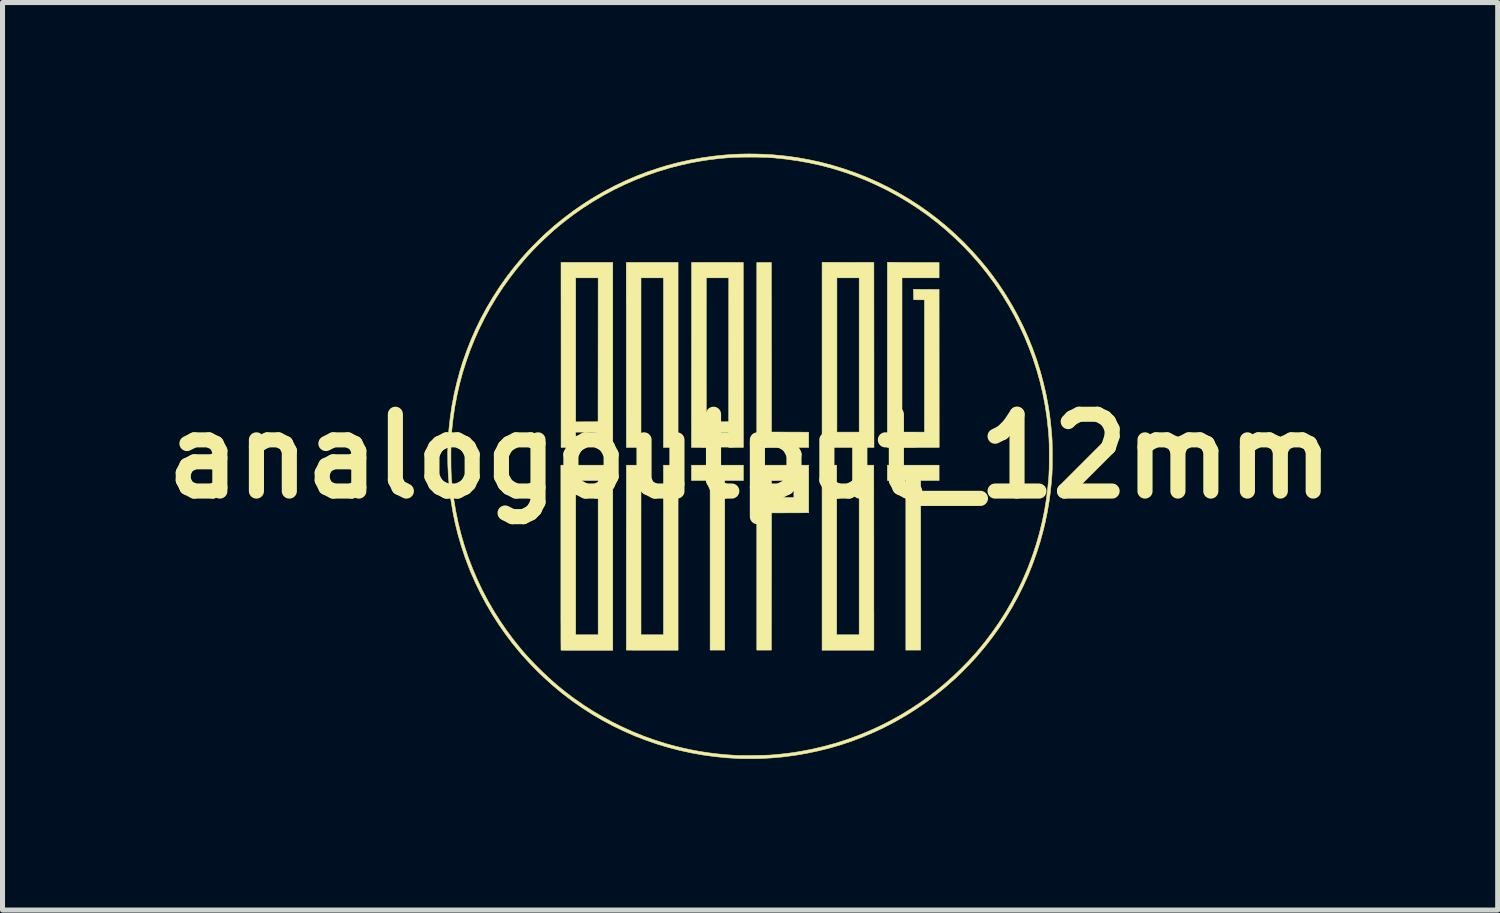
<source format=kicad_pcb>
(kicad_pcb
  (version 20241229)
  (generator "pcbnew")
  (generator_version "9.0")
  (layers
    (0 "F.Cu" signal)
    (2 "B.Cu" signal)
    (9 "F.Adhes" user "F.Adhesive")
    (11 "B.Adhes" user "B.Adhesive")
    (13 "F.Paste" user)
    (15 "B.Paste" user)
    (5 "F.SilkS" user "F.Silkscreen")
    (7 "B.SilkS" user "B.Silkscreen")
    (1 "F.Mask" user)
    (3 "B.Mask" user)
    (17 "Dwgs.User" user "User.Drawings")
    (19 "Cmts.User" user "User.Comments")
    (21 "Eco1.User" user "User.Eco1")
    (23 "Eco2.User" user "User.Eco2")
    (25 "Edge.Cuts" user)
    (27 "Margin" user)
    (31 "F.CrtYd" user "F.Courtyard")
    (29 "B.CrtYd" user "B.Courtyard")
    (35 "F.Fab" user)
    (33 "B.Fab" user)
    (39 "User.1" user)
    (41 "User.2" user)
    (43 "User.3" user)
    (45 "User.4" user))
  (footprint "analogoutput_12mm"
    (layer "F.Cu")
    (at 11.836 6.006)
    (property "Reference" "analogoutput_12mm" (at 0 0 0) (layer "F.SilkS") (effects (font (size 1.524 1.524) (thickness 0.3))))
    (attr through_hole)
    (fp_poly (pts (xy 0.424 -2.164) (xy 0.425 -0.482) (xy 1.163 -0.479) (xy 1.163 -0.176) (xy 0.133 -0.176) (xy 0.133 -3.846) (xy 0.423 -3.846) (xy 0.424 -2.164)) (stroke (width 0.01) (type solid)) (fill yes) (layer "F.SilkS"))
    (fp_poly (pts (xy -0.133 0.48) (xy -0.503 0.48) (xy -0.503 3.846) (xy -0.793 3.846) (xy -0.793 0.48) (xy -1.163 0.48) (xy -1.163 0.176) (xy -0.133 0.176) (xy -0.133 0.48)) (stroke (width 0.01) (type solid)) (fill yes) (layer "F.SilkS"))
    (fp_poly (pts (xy 3.751 0.48) (xy 3.385 0.48) (xy 3.385 3.846) (xy 3.091 3.846) (xy 3.091 0.48) (xy 2.725 0.48) (xy 2.725 0.176) (xy 3.751 0.176) (xy 3.751 0.48)) (stroke (width 0.01) (type solid)) (fill yes) (layer "F.SilkS"))
    (fp_poly (pts (xy 1.943 -3.849) (xy 2.457 -3.848) (xy 2.459 -0.176) (xy 1.429 -0.176) (xy 1.429 -3.542) (xy 1.723 -3.542) (xy 1.723 -0.48) (xy 2.165 -0.48) (xy 2.165 -3.542) (xy 1.723 -3.542) (xy 1.429 -3.542) (xy 1.429 -3.85) (xy 1.943 -3.849)) (stroke (width 0.01) (type solid)) (fill yes) (layer "F.SilkS"))
    (fp_poly (pts (xy -0.133 -0.176) (xy -0.423 -0.176) (xy -0.423 -0.48) (xy -0.869 -0.48) (xy -0.869 -0.176) (xy -1.163 -0.176) (xy -1.162 -2.012) (xy -1.161 -3.542) (xy -0.869 -3.542) (xy -0.869 -0.684) (xy -0.425 -0.686) (xy -0.423 -3.542) (xy -0.869 -3.542) (xy -1.161 -3.542) (xy -1.161 -3.848) (xy -0.135 -3.848) (xy -0.133 -0.176)) (stroke (width 0.01) (type solid)) (fill yes) (layer "F.SilkS"))
    (fp_poly (pts (xy 2.942 -3.849) (xy 2.99 -3.848) (xy 3.044 -3.848) (xy 3.105 -3.847) (xy 3.17 -3.847) (xy 3.237 -3.846) (xy 3.304 -3.846) (xy 3.37 -3.846) (xy 3.432 -3.846) (xy 3.455 -3.846) (xy 3.751 -3.846) (xy 3.751 -3.542) (xy 3.015 -3.542) (xy 3.015 -0.48) (xy 3.461 -0.48) (xy 3.461 -3.105) (xy 3.353 -3.106) (xy 3.245 -3.107) (xy 3.244 -3.211) (xy 3.242 -3.314) (xy 3.497 -3.313) (xy 3.751 -3.311) (xy 3.753 -0.176) (xy 2.725 -0.176) (xy 2.725 -3.852) (xy 2.942 -3.849)) (stroke (width 0.01) (type solid)) (fill yes) (layer "F.SilkS"))
    (fp_poly (pts (xy -1.429 -0.176) (xy -1.719 -0.176) (xy -1.719 -3.542) (xy -2.165 -3.542) (xy -2.165 -0.176) (xy -2.455 -0.176) (xy -2.456 -1.859) (xy -2.456 -1.986) (xy -2.456 -2.112) (xy -2.456 -2.236) (xy -2.456 -2.357) (xy -2.456 -2.476) (xy -2.456 -2.592) (xy -2.456 -2.704) (xy -2.456 -2.812) (xy -2.456 -2.915) (xy -2.456 -3.014) (xy -2.457 -3.108) (xy -2.457 -3.197) (xy -2.457 -3.279) (xy -2.457 -3.356) (xy -2.457 -3.426) (xy -2.457 -3.489) (xy -2.457 -3.544) (xy -2.457 -3.592) (xy -2.457 -3.632) (xy -2.457 -3.663) (xy -2.457 -3.685) (xy -2.457 -3.695) (xy -2.457 -3.848) (xy -1.429 -3.848) (xy -1.429 -0.176)) (stroke (width 0.01) (type solid)) (fill yes) (layer "F.SilkS"))
    (fp_poly (pts (xy 1.163 1.12) (xy 0.425 1.123) (xy 0.424 2.484) (xy 0.423 3.846) (xy 0.133 3.846) (xy 0.133 0.717) (xy 0.423 0.717) (xy 0.423 0.749) (xy 0.424 0.775) (xy 0.424 0.795) (xy 0.424 0.807) (xy 0.425 0.811) (xy 0.427 0.812) (xy 0.434 0.813) (xy 0.446 0.814) (xy 0.463 0.815) (xy 0.486 0.816) (xy 0.516 0.816) (xy 0.554 0.816) (xy 0.6 0.817) (xy 0.648 0.817) (xy 0.869 0.817) (xy 0.869 0.479) (xy 0.647 0.481) (xy 0.425 0.482) (xy 0.424 0.643) (xy 0.423 0.682) (xy 0.423 0.717) (xy 0.133 0.717) (xy 0.133 0.176) (xy 1.163 0.176) (xy 1.163 1.12)) (stroke (width 0.01) (type solid)) (fill yes) (layer "F.SilkS"))
    (fp_poly (pts (xy 1.719 3.542) (xy 2.165 3.542) (xy 2.165 0.176) (xy 2.455 0.176) (xy 2.456 1.859) (xy 2.456 1.986) (xy 2.456 2.112) (xy 2.456 2.236) (xy 2.456 2.357) (xy 2.456 2.476) (xy 2.456 2.592) (xy 2.456 2.704) (xy 2.456 2.812) (xy 2.456 2.915) (xy 2.456 3.014) (xy 2.457 3.108) (xy 2.457 3.197) (xy 2.457 3.279) (xy 2.457 3.356) (xy 2.457 3.426) (xy 2.457 3.489) (xy 2.457 3.544) (xy 2.457 3.592) (xy 2.457 3.632) (xy 2.457 3.663) (xy 2.457 3.685) (xy 2.457 3.695) (xy 2.457 3.848) (xy 1.943 3.848) (xy 1.429 3.848) (xy 1.429 0.176) (xy 1.719 0.176) (xy 1.719 3.542)) (stroke (width 0.01) (type solid)) (fill yes) (layer "F.SilkS"))
    (fp_poly (pts (xy -2.725 -0.176) (xy -3.015 -0.176) (xy -3.015 -0.48) (xy -3.461 -0.48) (xy -3.461 -0.176) (xy -3.751 -0.176) (xy -3.751 -0.326) (xy -3.751 -0.343) (xy -3.751 -0.368) (xy -3.751 -0.402) (xy -3.751 -0.444) (xy -3.751 -0.495) (xy -3.751 -0.553) (xy -3.751 -0.618) (xy -3.751 -0.69) (xy -3.751 -0.768) (xy -3.751 -0.853) (xy -3.751 -0.943) (xy -3.751 -1.039) (xy -3.751 -1.139) (xy -3.751 -1.244) (xy -3.751 -1.354) (xy -3.751 -1.467) (xy -3.751 -1.583) (xy -3.751 -1.703) (xy -3.751 -1.825) (xy -3.751 -1.95) (xy -3.751 -2.076) (xy -3.751 -2.163) (xy -3.752 -3.542) (xy -3.461 -3.542) (xy -3.461 -0.684) (xy -3.017 -0.686) (xy -3.016 -2.114) (xy -3.015 -3.542) (xy -3.461 -3.542) (xy -3.752 -3.542) (xy -3.752 -3.848) (xy -3.238 -3.848) (xy -2.725 -3.848) (xy -2.725 -0.176)) (stroke (width 0.01) (type solid)) (fill yes) (layer "F.SilkS"))
    (fp_poly (pts (xy -2.165 3.542) (xy -1.719 3.542) (xy -1.719 0.176) (xy -1.429 0.176) (xy -1.429 3.848) (xy -1.942 3.848) (xy -2.011 3.848) (xy -2.077 3.848) (xy -2.14 3.848) (xy -2.199 3.848) (xy -2.254 3.848) (xy -2.303 3.848) (xy -2.347 3.847) (xy -2.384 3.847) (xy -2.414 3.847) (xy -2.436 3.846) (xy -2.451 3.846) (xy -2.456 3.846) (xy -2.456 3.846) (xy -2.456 3.841) (xy -2.456 3.827) (xy -2.456 3.804) (xy -2.456 3.773) (xy -2.456 3.733) (xy -2.456 3.685) (xy -2.456 3.63) (xy -2.456 3.568) (xy -2.456 3.499) (xy -2.456 3.423) (xy -2.456 3.341) (xy -2.456 3.253) (xy -2.456 3.16) (xy -2.456 3.061) (xy -2.456 2.957) (xy -2.456 2.849) (xy -2.456 2.736) (xy -2.456 2.619) (xy -2.456 2.499) (xy -2.456 2.375) (xy -2.456 2.248) (xy -2.456 2.119) (xy -2.455 2.009) (xy -2.454 0.176) (xy -2.165 0.176) (xy -2.165 3.542)) (stroke (width 0.01) (type solid)) (fill yes) (layer "F.SilkS"))
    (fp_poly (pts (xy -2.725 3.85) (xy -3.237 3.85) (xy -3.306 3.85) (xy -3.372 3.85) (xy -3.435 3.85) (xy -3.494 3.85) (xy -3.549 3.85) (xy -3.598 3.849) (xy -3.642 3.849) (xy -3.679 3.849) (xy -3.709 3.848) (xy -3.732 3.848) (xy -3.747 3.848) (xy -3.752 3.847) (xy -3.752 3.847) (xy -3.752 3.842) (xy -3.753 3.828) (xy -3.753 3.805) (xy -3.753 3.774) (xy -3.753 3.734) (xy -3.754 3.687) (xy -3.754 3.631) (xy -3.754 3.569) (xy -3.754 3.5) (xy -3.754 3.424) (xy -3.754 3.342) (xy -3.755 3.254) (xy -3.755 3.161) (xy -3.755 3.062) (xy -3.755 2.958) (xy -3.755 2.849) (xy -3.755 2.737) (xy -3.755 2.62) (xy -3.755 2.499) (xy -3.755 2.376) (xy -3.755 2.249) (xy -3.755 2.12) (xy -3.755 2.01) (xy -3.755 0.48) (xy -3.461 0.48) (xy -3.461 3.542) (xy -3.015 3.542) (xy -3.015 0.48) (xy -3.461 0.48) (xy -3.755 0.48) (xy -3.755 0.176) (xy -2.725 0.176) (xy -2.725 3.85)) (stroke (width 0.01) (type solid)) (fill yes) (layer "F.SilkS"))
    (fp_poly (pts (xy 0.131 -5.999) (xy 0.292 -5.994) (xy 0.448 -5.985) (xy 0.456 -5.984) (xy 0.694 -5.961) (xy 0.931 -5.929) (xy 1.165 -5.887) (xy 1.397 -5.837) (xy 1.626 -5.777) (xy 1.853 -5.708) (xy 2.076 -5.631) (xy 2.296 -5.545) (xy 2.513 -5.45) (xy 2.726 -5.347) (xy 2.935 -5.235) (xy 3.14 -5.114) (xy 3.341 -4.985) (xy 3.532 -4.852) (xy 3.718 -4.711) (xy 3.898 -4.563) (xy 4.073 -4.407) (xy 4.243 -4.244) (xy 4.406 -4.074) (xy 4.562 -3.899) (xy 4.711 -3.719) (xy 4.81 -3.589) (xy 4.949 -3.395) (xy 5.079 -3.197) (xy 5.201 -2.994) (xy 5.315 -2.786) (xy 5.421 -2.574) (xy 5.518 -2.359) (xy 5.607 -2.139) (xy 5.687 -1.917) (xy 5.758 -1.691) (xy 5.82 -1.462) (xy 5.874 -1.231) (xy 5.913 -1.023) (xy 5.934 -0.894) (xy 5.952 -0.766) (xy 5.967 -0.637) (xy 5.98 -0.504) (xy 5.991 -0.365) (xy 5.992 -0.344) (xy 5.994 -0.314) (xy 5.995 -0.276) (xy 5.996 -0.231) (xy 5.997 -0.18) (xy 5.998 -0.125) (xy 5.998 -0.068) (xy 5.999 -0.009) (xy 5.998 0.051) (xy 5.998 0.109) (xy 5.998 0.164) (xy 5.997 0.216) (xy 5.996 0.262) (xy 5.994 0.303) (xy 5.993 0.335) (xy 5.993 0.342) (xy 5.977 0.542) (xy 5.956 0.736) (xy 5.93 0.924) (xy 5.898 1.109) (xy 5.861 1.29) (xy 5.823 1.453) (xy 5.76 1.685) (xy 5.688 1.913) (xy 5.608 2.137) (xy 5.519 2.358) (xy 5.421 2.574) (xy 5.315 2.786) (xy 5.201 2.994) (xy 5.078 3.198) (xy 4.947 3.397) (xy 4.808 3.591) (xy 4.661 3.78) (xy 4.506 3.964) (xy 4.452 4.025) (xy 4.428 4.051) (xy 4.398 4.082) (xy 4.364 4.118) (xy 4.327 4.156) (xy 4.287 4.197) (xy 4.247 4.238) (xy 4.206 4.279) (xy 4.166 4.318) (xy 4.129 4.354) (xy 4.096 4.386) (xy 4.067 4.414) (xy 4.052 4.427) (xy 3.871 4.586) (xy 3.684 4.737) (xy 3.493 4.88) (xy 3.297 5.014) (xy 3.097 5.141) (xy 2.892 5.259) (xy 2.683 5.369) (xy 2.47 5.47) (xy 2.254 5.562) (xy 2.034 5.647) (xy 1.81 5.722) (xy 1.584 5.789) (xy 1.354 5.846) (xy 1.122 5.895) (xy 0.887 5.935) (xy 0.65 5.966) (xy 0.41 5.987) (xy 0.249 5.996) (xy 0.22 5.997) (xy 0.183 5.998) (xy 0.14 5.999) (xy 0.093 5.999) (xy 0.043 6) (xy -0.007 6) (xy -0.057 6) (xy -0.104 6) (xy -0.147 5.999) (xy -0.184 5.999) (xy -0.213 5.998) (xy -0.216 5.998) (xy -0.457 5.984) (xy -0.695 5.96) (xy -0.932 5.928) (xy -1.166 5.886) (xy -1.398 5.836) (xy -1.627 5.776) (xy -1.853 5.708) (xy -2.075 5.631) (xy -2.295 5.546) (xy -2.51 5.451) (xy -2.722 5.349) (xy -2.93 5.238) (xy -3.134 5.119) (xy -3.333 4.991) (xy -3.527 4.856) (xy -3.717 4.712) (xy -3.758 4.679) (xy -3.916 4.547) (xy -4.072 4.407) (xy -4.225 4.261) (xy -4.373 4.109) (xy -4.514 3.954) (xy -4.565 3.895) (xy -4.713 3.716) (xy -4.854 3.529) (xy -4.988 3.337) (xy -5.115 3.139) (xy -5.234 2.936) (xy -5.345 2.728) (xy -5.448 2.516) (xy -5.543 2.301) (xy -5.574 2.224) (xy -5.658 2.002) (xy -5.732 1.777) (xy -5.798 1.55) (xy -5.854 1.321) (xy -5.901 1.09) (xy -5.939 0.858) (xy -5.968 0.625) (xy -5.988 0.391) (xy -5.999 0.157) (xy -6 0) (xy -5.937 0) (xy -5.937 0.072) (xy -5.936 0.136) (xy -5.936 0.193) (xy -5.935 0.244) (xy -5.934 0.291) (xy -5.932 0.335) (xy -5.93 0.378) (xy -5.927 0.42) (xy -5.924 0.463) (xy -5.92 0.509) (xy -5.915 0.558) (xy -5.91 0.612) (xy -5.908 0.627) (xy -5.879 0.861) (xy -5.84 1.094) (xy -5.792 1.324) (xy -5.735 1.552) (xy -5.669 1.777) (xy -5.595 2) (xy -5.511 2.219) (xy -5.419 2.435) (xy -5.319 2.647) (xy -5.21 2.855) (xy -5.093 3.059) (xy -4.968 3.258) (xy -4.835 3.453) (xy -4.694 3.642) (xy -4.549 3.822) (xy -4.505 3.874) (xy -4.462 3.923) (xy -4.42 3.97) (xy -4.376 4.018) (xy -4.33 4.066) (xy -4.281 4.118) (xy -4.225 4.174) (xy -4.202 4.197) (xy -4.106 4.292) (xy -4.013 4.379) (xy -3.922 4.462) (xy -3.831 4.541) (xy -3.738 4.618) (xy -3.642 4.694) (xy -3.541 4.771) (xy -3.486 4.811) (xy -3.305 4.937) (xy -3.118 5.057) (xy -2.924 5.171) (xy -2.726 5.278) (xy -2.523 5.378) (xy -2.318 5.47) (xy -2.11 5.554) (xy -1.9 5.629) (xy -1.691 5.696) (xy -1.664 5.704) (xy -1.492 5.751) (xy -1.323 5.792) (xy -1.155 5.828) (xy -0.987 5.859) (xy -0.816 5.885) (xy -0.642 5.906) (xy -0.462 5.923) (xy -0.275 5.936) (xy -0.261 5.936) (xy -0.24 5.937) (xy -0.211 5.938) (xy -0.175 5.938) (xy -0.132 5.938) (xy -0.085 5.938) (xy -0.035 5.938) (xy 0.018 5.937) (xy 0.073 5.937) (xy 0.127 5.936) (xy 0.18 5.935) (xy 0.231 5.934) (xy 0.278 5.933) (xy 0.321 5.932) (xy 0.357 5.931) (xy 0.387 5.929) (xy 0.408 5.928) (xy 0.516 5.919) (xy 0.617 5.909) (xy 0.714 5.898) (xy 0.81 5.886) (xy 0.906 5.872) (xy 1.002 5.856) (xy 1.233 5.812) (xy 1.463 5.758) (xy 1.689 5.696) (xy 1.913 5.625) (xy 2.134 5.545) (xy 2.351 5.456) (xy 2.565 5.359) (xy 2.775 5.253) (xy 2.981 5.139) (xy 3.182 5.017) (xy 3.378 4.887) (xy 3.57 4.749) (xy 3.725 4.629) (xy 3.88 4.499) (xy 4.033 4.362) (xy 4.182 4.219) (xy 4.325 4.073) (xy 4.461 3.924) (xy 4.503 3.876) (xy 4.654 3.693) (xy 4.798 3.503) (xy 4.934 3.309) (xy 5.062 3.11) (xy 5.182 2.906) (xy 5.294 2.697) (xy 5.397 2.484) (xy 5.492 2.266) (xy 5.515 2.209) (xy 5.599 1.987) (xy 5.674 1.762) (xy 5.74 1.534) (xy 5.796 1.305) (xy 5.844 1.073) (xy 5.882 0.84) (xy 5.91 0.605) (xy 5.915 0.553) (xy 5.92 0.504) (xy 5.924 0.46) (xy 5.927 0.42) (xy 5.93 0.382) (xy 5.932 0.345) (xy 5.933 0.307) (xy 5.935 0.268) (xy 5.936 0.226) (xy 5.936 0.18) (xy 5.937 0.128) (xy 5.937 0.069) (xy 5.937 0.002) (xy 5.937 0) (xy 5.937 -0.067) (xy 5.937 -0.126) (xy 5.936 -0.178) (xy 5.936 -0.225) (xy 5.935 -0.267) (xy 5.933 -0.306) (xy 5.932 -0.343) (xy 5.93 -0.381) (xy 5.927 -0.419) (xy 5.924 -0.459) (xy 5.92 -0.503) (xy 5.916 -0.551) (xy 5.915 -0.553) (xy 5.889 -0.788) (xy 5.853 -1.021) (xy 5.808 -1.252) (xy 5.754 -1.481) (xy 5.691 -1.707) (xy 5.619 -1.931) (xy 5.538 -2.151) (xy 5.448 -2.369) (xy 5.35 -2.583) (xy 5.244 -2.793) (xy 5.129 -2.998) (xy 5.006 -3.2) (xy 4.875 -3.396) (xy 4.853 -3.428) (xy 4.713 -3.617) (xy 4.566 -3.802) (xy 4.411 -3.98) (xy 4.249 -4.153) (xy 4.079 -4.319) (xy 3.903 -4.479) (xy 3.721 -4.632) (xy 3.703 -4.646) (xy 3.521 -4.786) (xy 3.332 -4.919) (xy 3.138 -5.045) (xy 2.938 -5.164) (xy 2.733 -5.275) (xy 2.523 -5.378) (xy 2.31 -5.474) (xy 2.093 -5.561) (xy 2.032 -5.583) (xy 1.82 -5.656) (xy 1.606 -5.721) (xy 1.39 -5.777) (xy 1.17 -5.825) (xy 0.946 -5.865) (xy 0.718 -5.897) (xy 0.485 -5.922) (xy 0.404 -5.928) (xy 0.365 -5.931) (xy 0.319 -5.933) (xy 0.266 -5.934) (xy 0.207 -5.936) (xy 0.144 -5.937) (xy 0.078 -5.937) (xy 0.011 -5.938) (xy -0.057 -5.937) (xy -0.123 -5.937) (xy -0.187 -5.936) (xy -0.247 -5.935) (xy -0.302 -5.933) (xy -0.351 -5.931) (xy -0.392 -5.929) (xy -0.404 -5.928) (xy -0.61 -5.91) (xy -0.81 -5.886) (xy -1.005 -5.856) (xy -1.196 -5.82) (xy -1.386 -5.777) (xy -1.576 -5.729) (xy -1.613 -5.718) (xy -1.837 -5.65) (xy -2.059 -5.573) (xy -2.277 -5.487) (xy -2.492 -5.393) (xy -2.704 -5.29) (xy -2.911 -5.179) (xy -3.113 -5.06) (xy -3.311 -4.933) (xy -3.503 -4.799) (xy -3.689 -4.657) (xy -3.79 -4.575) (xy -3.899 -4.483) (xy -4.008 -4.384) (xy -4.117 -4.282) (xy -4.224 -4.177) (xy -4.326 -4.072) (xy -4.423 -3.968) (xy -4.47 -3.914) (xy -4.622 -3.733) (xy -4.767 -3.546) (xy -4.904 -3.354) (xy -5.033 -3.157) (xy -5.154 -2.956) (xy -5.266 -2.75) (xy -5.371 -2.54) (xy -5.467 -2.326) (xy -5.554 -2.109) (xy -5.633 -1.888) (xy -5.704 -1.664) (xy -5.765 -1.438) (xy -5.817 -1.209) (xy -5.861 -0.977) (xy -5.895 -0.744) (xy -5.908 -0.627) (xy -5.914 -0.571) (xy -5.919 -0.521) (xy -5.923 -0.475) (xy -5.927 -0.431) (xy -5.929 -0.389) (xy -5.932 -0.347) (xy -5.933 -0.303) (xy -5.935 -0.257) (xy -5.936 -0.207) (xy -5.936 -0.151) (xy -5.937 -0.089) (xy -5.937 -0.02) (xy -5.937 0) (xy -6 0) (xy -6.001 -0.078) (xy -5.993 -0.312) (xy -5.976 -0.547) (xy -5.95 -0.78) (xy -5.915 -1.013) (xy -5.871 -1.245) (xy -5.817 -1.475) (xy -5.755 -1.703) (xy -5.704 -1.866) (xy -5.625 -2.091) (xy -5.538 -2.312) (xy -5.442 -2.53) (xy -5.338 -2.743) (xy -5.225 -2.952) (xy -5.104 -3.156) (xy -4.975 -3.356) (xy -4.838 -3.551) (xy -4.693 -3.74) (xy -4.541 -3.924) (xy -4.427 -4.052) (xy -4.405 -4.076) (xy -4.377 -4.105) (xy -4.345 -4.139) (xy -4.309 -4.175) (xy -4.271 -4.214) (xy -4.232 -4.253) (xy -4.193 -4.292) (xy -4.155 -4.329) (xy -4.12 -4.363) (xy -4.089 -4.393) (xy -4.062 -4.418) (xy -4.052 -4.427) (xy -3.872 -4.585) (xy -3.687 -4.735) (xy -3.496 -4.878) (xy -3.3 -5.013) (xy -3.099 -5.139) (xy -2.894 -5.258) (xy -2.684 -5.368) (xy -2.47 -5.47) (xy -2.252 -5.563) (xy -2.03 -5.648) (xy -1.805 -5.723) (xy -1.662 -5.767) (xy -1.431 -5.828) (xy -1.198 -5.88) (xy -0.963 -5.923) (xy -0.725 -5.957) (xy -0.513 -5.979) (xy -0.358 -5.991) (xy -0.197 -5.998) (xy -0.033 -6.001) (xy 0.131 -5.999)) (stroke (width 0.01) (type solid)) (fill yes) (layer "F.SilkS")))
  (gr_rect
    (start -3 -3)
    (end 26.673 15.011)
    (stroke (width 0.1) (type default))
    (fill no)
    (layer "Edge.Cuts")))
</source>
